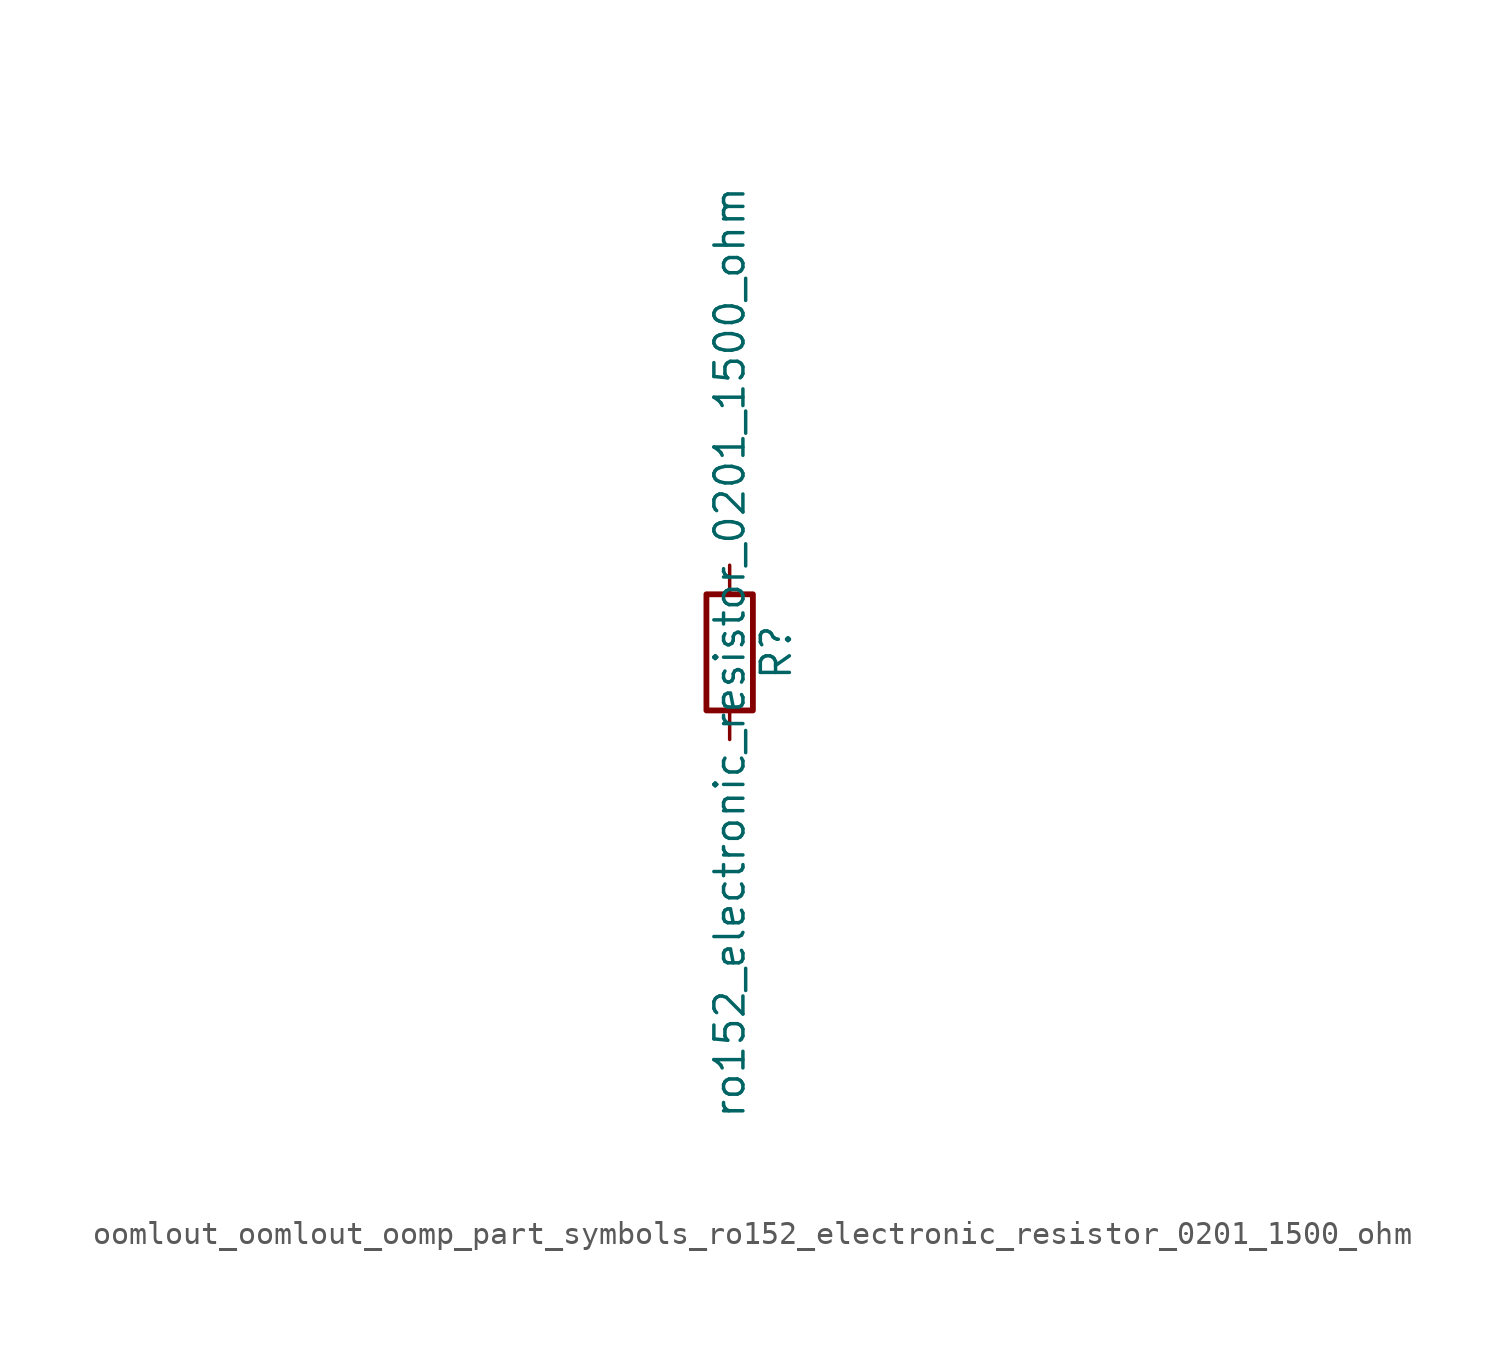
<source format=kicad_sym>
(kicad_symbol_lib
  (version 20220914)
  (generator kicad_symbol_editor)
  (symbol "oomlout_oomlout_oomp_part_symbols_ro152_electronic_resistor_0201_1500_ohm"
    (pin_numbers hide)
    (pin_names
      (offset 0))
    (property "Reference" "R"
      (at 2.032 0 90)
      (effects (font (size 1.27 1.27))))
    (property "Value" "ro152_electronic_resistor_0201_1500_ohm"
      (at 0 0 90)
      (effects (font (size 1.27 1.27))))
    (symbol "oomlout_oomlout_oomp_part_symbols_ro152_electronic_resistor_0201_1500_ohm_0_1"
      (rectangle (start -1.016 -2.54) (end 1.016 2.54) (stroke (width 0.254) (type default)) (fill (type none))))
    (symbol "oomlout_oomlout_oomp_part_symbols_ro152_electronic_resistor_0201_1500_ohm_1_1"
      (pin passive line (at 0 3.81 270) (length 1.27) (name "~" (effects (font (size 1.27 1.27)))) (number "1" (effects (font (size 1.27 1.27)))))
      (pin passive line (at 0 -3.81 90) (length 1.27) (name "~" (effects (font (size 1.27 1.27)))) (number "2" (effects (font (size 1.27 1.27))))))))
</source>
